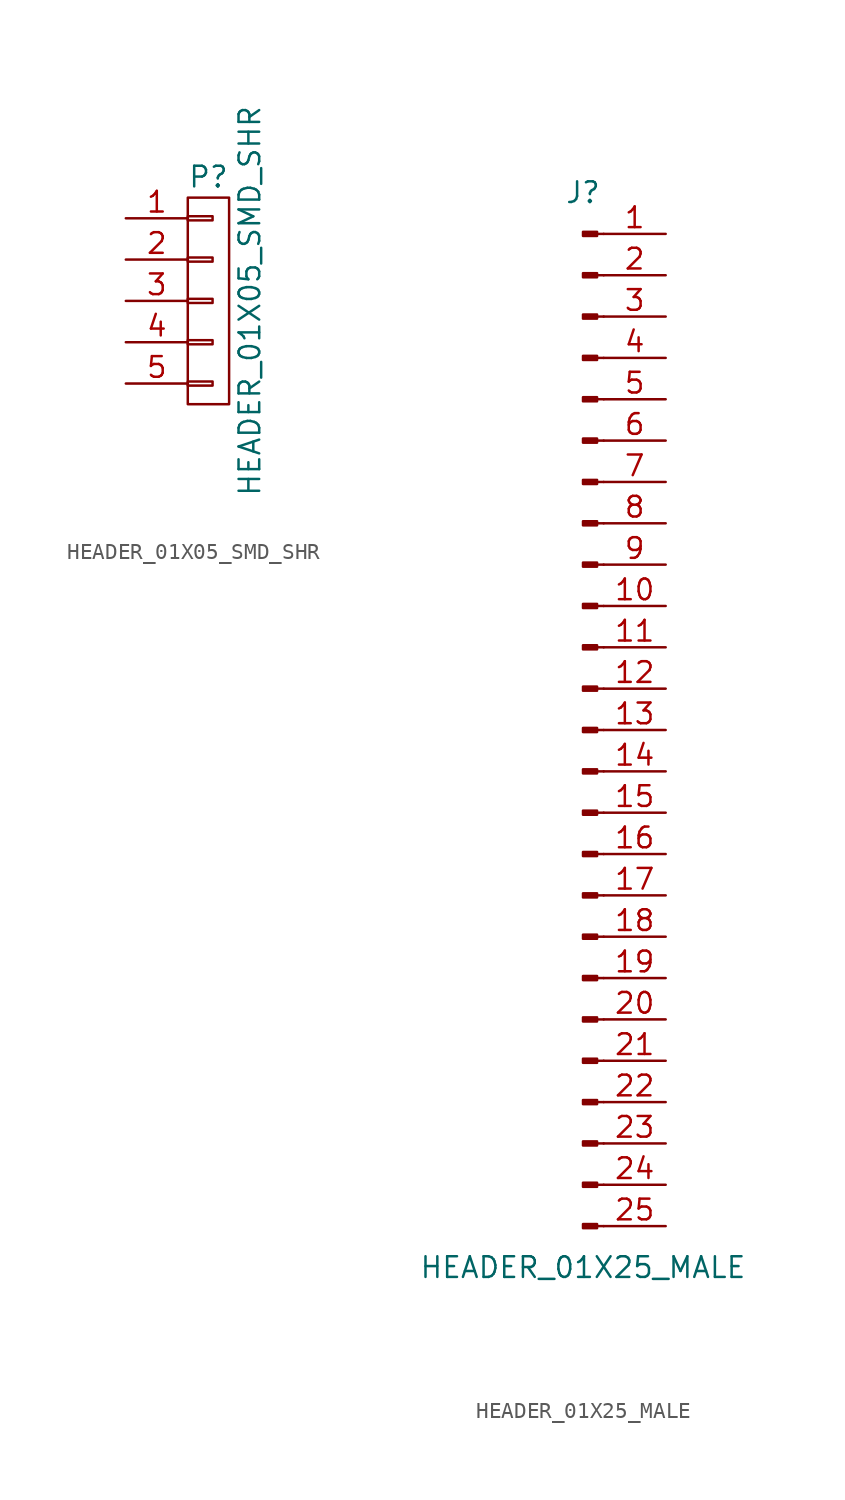
<source format=kicad_sym>
(kicad_symbol_lib
  (version 20211014)
  (generator kicad_symbol_editor)
  (symbol "HEADER_01X05_SMD_SHR"
    (pin_names
      (offset 1.016) hide)
    (property "Reference" "P"
      (at 0 7.62 0)
      (effects (font (size 1.27 1.27))))
    (property "Value" "HEADER_01X05_SMD_SHR"
      (at 2.54 0 90)
      (effects (font (size 1.27 1.27))))
    (property "Datasheet" ""
      (at 0 7.62 0)
      (effects (font (size 1.27 1.27))))
    (symbol "HEADER_01X05_SMD_SHR_0_1"
      (rectangle (start -1.27 -4.953) (end 0.254 -5.207) (stroke (width 0) (type default) (color 0 0 0 0)) (fill (type none)))
      (rectangle (start -1.27 -2.413) (end 0.254 -2.667) (stroke (width 0) (type default) (color 0 0 0 0)) (fill (type none)))
      (rectangle (start -1.27 0.127) (end 0.254 -0.127) (stroke (width 0) (type default) (color 0 0 0 0)) (fill (type none)))
      (rectangle (start -1.27 2.667) (end 0.254 2.413) (stroke (width 0) (type default) (color 0 0 0 0)) (fill (type none)))
      (rectangle (start -1.27 5.207) (end 0.254 4.953) (stroke (width 0) (type default) (color 0 0 0 0)) (fill (type none)))
      (rectangle (start -1.27 6.35) (end 1.27 -6.35) (stroke (width 0) (type default) (color 0 0 0 0)) (fill (type none))))
    (symbol "HEADER_01X05_SMD_SHR_1_1"
      (pin passive line (at -5.08 5.08 0) (length 3.81) (name "P1" (effects (font (size 1.27 1.27)))) (number "1" (effects (font (size 1.27 1.27)))))
      (pin passive line (at -5.08 2.54 0) (length 3.81) (name "P2" (effects (font (size 1.27 1.27)))) (number "2" (effects (font (size 1.27 1.27)))))
      (pin passive line (at -5.08 0 0) (length 3.81) (name "P3" (effects (font (size 1.27 1.27)))) (number "3" (effects (font (size 1.27 1.27)))))
      (pin passive line (at -5.08 -2.54 0) (length 3.81) (name "P4" (effects (font (size 1.27 1.27)))) (number "4" (effects (font (size 1.27 1.27)))))
      (pin passive line (at -5.08 -5.08 0) (length 3.81) (name "P5" (effects (font (size 1.27 1.27)))) (number "5" (effects (font (size 1.27 1.27)))))))
  (symbol "HEADER_01X25_MALE"
    (pin_names
      (offset 1.016) hide)
    (property "Reference" "J"
      (at 0 33.02 0)
      (effects (font (size 1.27 1.27))))
    (property "Value" "HEADER_01X25_MALE"
      (at 0 -33.02 0)
      (effects (font (size 1.27 1.27))))
    (symbol "HEADER_01X25_MALE_1_1"
      (polyline (pts (xy 1.27 -30.48) (xy 0.864 -30.48)) (stroke (width 0.152) (type default) (color 0 0 0 0)) (fill (type none)))
      (polyline (pts (xy 1.27 -27.94) (xy 0.864 -27.94)) (stroke (width 0.152) (type default) (color 0 0 0 0)) (fill (type none)))
      (polyline (pts (xy 1.27 -25.4) (xy 0.864 -25.4)) (stroke (width 0.152) (type default) (color 0 0 0 0)) (fill (type none)))
      (polyline (pts (xy 1.27 -22.86) (xy 0.864 -22.86)) (stroke (width 0.152) (type default) (color 0 0 0 0)) (fill (type none)))
      (polyline (pts (xy 1.27 -20.32) (xy 0.864 -20.32)) (stroke (width 0.152) (type default) (color 0 0 0 0)) (fill (type none)))
      (polyline (pts (xy 1.27 -17.78) (xy 0.864 -17.78)) (stroke (width 0.152) (type default) (color 0 0 0 0)) (fill (type none)))
      (polyline (pts (xy 1.27 -15.24) (xy 0.864 -15.24)) (stroke (width 0.152) (type default) (color 0 0 0 0)) (fill (type none)))
      (polyline (pts (xy 1.27 -12.7) (xy 0.864 -12.7)) (stroke (width 0.152) (type default) (color 0 0 0 0)) (fill (type none)))
      (polyline (pts (xy 1.27 -10.16) (xy 0.864 -10.16)) (stroke (width 0.152) (type default) (color 0 0 0 0)) (fill (type none)))
      (polyline (pts (xy 1.27 -7.62) (xy 0.864 -7.62)) (stroke (width 0.152) (type default) (color 0 0 0 0)) (fill (type none)))
      (polyline (pts (xy 1.27 -5.08) (xy 0.864 -5.08)) (stroke (width 0.152) (type default) (color 0 0 0 0)) (fill (type none)))
      (polyline (pts (xy 1.27 -2.54) (xy 0.864 -2.54)) (stroke (width 0.152) (type default) (color 0 0 0 0)) (fill (type none)))
      (polyline (pts (xy 1.27 0) (xy 0.864 0)) (stroke (width 0.152) (type default) (color 0 0 0 0)) (fill (type none)))
      (polyline (pts (xy 1.27 2.54) (xy 0.864 2.54)) (stroke (width 0.152) (type default) (color 0 0 0 0)) (fill (type none)))
      (polyline (pts (xy 1.27 5.08) (xy 0.864 5.08)) (stroke (width 0.152) (type default) (color 0 0 0 0)) (fill (type none)))
      (polyline (pts (xy 1.27 7.62) (xy 0.864 7.62)) (stroke (width 0.152) (type default) (color 0 0 0 0)) (fill (type none)))
      (polyline (pts (xy 1.27 10.16) (xy 0.864 10.16)) (stroke (width 0.152) (type default) (color 0 0 0 0)) (fill (type none)))
      (polyline (pts (xy 1.27 12.7) (xy 0.864 12.7)) (stroke (width 0.152) (type default) (color 0 0 0 0)) (fill (type none)))
      (polyline (pts (xy 1.27 15.24) (xy 0.864 15.24)) (stroke (width 0.152) (type default) (color 0 0 0 0)) (fill (type none)))
      (polyline (pts (xy 1.27 17.78) (xy 0.864 17.78)) (stroke (width 0.152) (type default) (color 0 0 0 0)) (fill (type none)))
      (polyline (pts (xy 1.27 20.32) (xy 0.864 20.32)) (stroke (width 0.152) (type default) (color 0 0 0 0)) (fill (type none)))
      (polyline (pts (xy 1.27 22.86) (xy 0.864 22.86)) (stroke (width 0.152) (type default) (color 0 0 0 0)) (fill (type none)))
      (polyline (pts (xy 1.27 25.4) (xy 0.864 25.4)) (stroke (width 0.152) (type default) (color 0 0 0 0)) (fill (type none)))
      (polyline (pts (xy 1.27 27.94) (xy 0.864 27.94)) (stroke (width 0.152) (type default) (color 0 0 0 0)) (fill (type none)))
      (polyline (pts (xy 1.27 30.48) (xy 0.864 30.48)) (stroke (width 0.152) (type default) (color 0 0 0 0)) (fill (type none)))
      (rectangle (start 0.864 -30.353) (end 0 -30.607) (stroke (width 0.152) (type default) (color 0 0 0 0)) (fill (type outline)))
      (rectangle (start 0.864 -27.813) (end 0 -28.067) (stroke (width 0.152) (type default) (color 0 0 0 0)) (fill (type outline)))
      (rectangle (start 0.864 -25.273) (end 0 -25.527) (stroke (width 0.152) (type default) (color 0 0 0 0)) (fill (type outline)))
      (rectangle (start 0.864 -22.733) (end 0 -22.987) (stroke (width 0.152) (type default) (color 0 0 0 0)) (fill (type outline)))
      (rectangle (start 0.864 -20.193) (end 0 -20.447) (stroke (width 0.152) (type default) (color 0 0 0 0)) (fill (type outline)))
      (rectangle (start 0.864 -17.653) (end 0 -17.907) (stroke (width 0.152) (type default) (color 0 0 0 0)) (fill (type outline)))
      (rectangle (start 0.864 -15.113) (end 0 -15.367) (stroke (width 0.152) (type default) (color 0 0 0 0)) (fill (type outline)))
      (rectangle (start 0.864 -12.573) (end 0 -12.827) (stroke (width 0.152) (type default) (color 0 0 0 0)) (fill (type outline)))
      (rectangle (start 0.864 -10.033) (end 0 -10.287) (stroke (width 0.152) (type default) (color 0 0 0 0)) (fill (type outline)))
      (rectangle (start 0.864 -7.493) (end 0 -7.747) (stroke (width 0.152) (type default) (color 0 0 0 0)) (fill (type outline)))
      (rectangle (start 0.864 -4.953) (end 0 -5.207) (stroke (width 0.152) (type default) (color 0 0 0 0)) (fill (type outline)))
      (rectangle (start 0.864 -2.413) (end 0 -2.667) (stroke (width 0.152) (type default) (color 0 0 0 0)) (fill (type outline)))
      (rectangle (start 0.864 0.127) (end 0 -0.127) (stroke (width 0.152) (type default) (color 0 0 0 0)) (fill (type outline)))
      (rectangle (start 0.864 2.667) (end 0 2.413) (stroke (width 0.152) (type default) (color 0 0 0 0)) (fill (type outline)))
      (rectangle (start 0.864 5.207) (end 0 4.953) (stroke (width 0.152) (type default) (color 0 0 0 0)) (fill (type outline)))
      (rectangle (start 0.864 7.747) (end 0 7.493) (stroke (width 0.152) (type default) (color 0 0 0 0)) (fill (type outline)))
      (rectangle (start 0.864 10.287) (end 0 10.033) (stroke (width 0.152) (type default) (color 0 0 0 0)) (fill (type outline)))
      (rectangle (start 0.864 12.827) (end 0 12.573) (stroke (width 0.152) (type default) (color 0 0 0 0)) (fill (type outline)))
      (rectangle (start 0.864 15.367) (end 0 15.113) (stroke (width 0.152) (type default) (color 0 0 0 0)) (fill (type outline)))
      (rectangle (start 0.864 17.907) (end 0 17.653) (stroke (width 0.152) (type default) (color 0 0 0 0)) (fill (type outline)))
      (rectangle (start 0.864 20.447) (end 0 20.193) (stroke (width 0.152) (type default) (color 0 0 0 0)) (fill (type outline)))
      (rectangle (start 0.864 22.987) (end 0 22.733) (stroke (width 0.152) (type default) (color 0 0 0 0)) (fill (type outline)))
      (rectangle (start 0.864 25.527) (end 0 25.273) (stroke (width 0.152) (type default) (color 0 0 0 0)) (fill (type outline)))
      (rectangle (start 0.864 28.067) (end 0 27.813) (stroke (width 0.152) (type default) (color 0 0 0 0)) (fill (type outline)))
      (rectangle (start 0.864 30.607) (end 0 30.353) (stroke (width 0.152) (type default) (color 0 0 0 0)) (fill (type outline)))
      (pin passive line (at 5.08 30.48 180) (length 3.81) (name "Pin_1" (effects (font (size 1.27 1.27)))) (number "1" (effects (font (size 1.27 1.27)))))
      (pin passive line (at 5.08 7.62 180) (length 3.81) (name "Pin_10" (effects (font (size 1.27 1.27)))) (number "10" (effects (font (size 1.27 1.27)))))
      (pin passive line (at 5.08 5.08 180) (length 3.81) (name "Pin_11" (effects (font (size 1.27 1.27)))) (number "11" (effects (font (size 1.27 1.27)))))
      (pin passive line (at 5.08 2.54 180) (length 3.81) (name "Pin_12" (effects (font (size 1.27 1.27)))) (number "12" (effects (font (size 1.27 1.27)))))
      (pin passive line (at 5.08 0 180) (length 3.81) (name "Pin_13" (effects (font (size 1.27 1.27)))) (number "13" (effects (font (size 1.27 1.27)))))
      (pin passive line (at 5.08 -2.54 180) (length 3.81) (name "Pin_14" (effects (font (size 1.27 1.27)))) (number "14" (effects (font (size 1.27 1.27)))))
      (pin passive line (at 5.08 -5.08 180) (length 3.81) (name "Pin_15" (effects (font (size 1.27 1.27)))) (number "15" (effects (font (size 1.27 1.27)))))
      (pin passive line (at 5.08 -7.62 180) (length 3.81) (name "Pin_16" (effects (font (size 1.27 1.27)))) (number "16" (effects (font (size 1.27 1.27)))))
      (pin passive line (at 5.08 -10.16 180) (length 3.81) (name "Pin_17" (effects (font (size 1.27 1.27)))) (number "17" (effects (font (size 1.27 1.27)))))
      (pin passive line (at 5.08 -12.7 180) (length 3.81) (name "Pin_18" (effects (font (size 1.27 1.27)))) (number "18" (effects (font (size 1.27 1.27)))))
      (pin passive line (at 5.08 -15.24 180) (length 3.81) (name "Pin_19" (effects (font (size 1.27 1.27)))) (number "19" (effects (font (size 1.27 1.27)))))
      (pin passive line (at 5.08 27.94 180) (length 3.81) (name "Pin_2" (effects (font (size 1.27 1.27)))) (number "2" (effects (font (size 1.27 1.27)))))
      (pin passive line (at 5.08 -17.78 180) (length 3.81) (name "Pin_20" (effects (font (size 1.27 1.27)))) (number "20" (effects (font (size 1.27 1.27)))))
      (pin passive line (at 5.08 -20.32 180) (length 3.81) (name "Pin_21" (effects (font (size 1.27 1.27)))) (number "21" (effects (font (size 1.27 1.27)))))
      (pin passive line (at 5.08 -22.86 180) (length 3.81) (name "Pin_22" (effects (font (size 1.27 1.27)))) (number "22" (effects (font (size 1.27 1.27)))))
      (pin passive line (at 5.08 -25.4 180) (length 3.81) (name "Pin_23" (effects (font (size 1.27 1.27)))) (number "23" (effects (font (size 1.27 1.27)))))
      (pin passive line (at 5.08 -27.94 180) (length 3.81) (name "Pin_24" (effects (font (size 1.27 1.27)))) (number "24" (effects (font (size 1.27 1.27)))))
      (pin passive line (at 5.08 -30.48 180) (length 3.81) (name "Pin_25" (effects (font (size 1.27 1.27)))) (number "25" (effects (font (size 1.27 1.27)))))
      (pin passive line (at 5.08 25.4 180) (length 3.81) (name "Pin_3" (effects (font (size 1.27 1.27)))) (number "3" (effects (font (size 1.27 1.27)))))
      (pin passive line (at 5.08 22.86 180) (length 3.81) (name "Pin_4" (effects (font (size 1.27 1.27)))) (number "4" (effects (font (size 1.27 1.27)))))
      (pin passive line (at 5.08 20.32 180) (length 3.81) (name "Pin_5" (effects (font (size 1.27 1.27)))) (number "5" (effects (font (size 1.27 1.27)))))
      (pin passive line (at 5.08 17.78 180) (length 3.81) (name "Pin_6" (effects (font (size 1.27 1.27)))) (number "6" (effects (font (size 1.27 1.27)))))
      (pin passive line (at 5.08 15.24 180) (length 3.81) (name "Pin_7" (effects (font (size 1.27 1.27)))) (number "7" (effects (font (size 1.27 1.27)))))
      (pin passive line (at 5.08 12.7 180) (length 3.81) (name "Pin_8" (effects (font (size 1.27 1.27)))) (number "8" (effects (font (size 1.27 1.27)))))
      (pin passive line (at 5.08 10.16 180) (length 3.81) (name "Pin_9" (effects (font (size 1.27 1.27)))) (number "9" (effects (font (size 1.27 1.27))))))))
</source>
